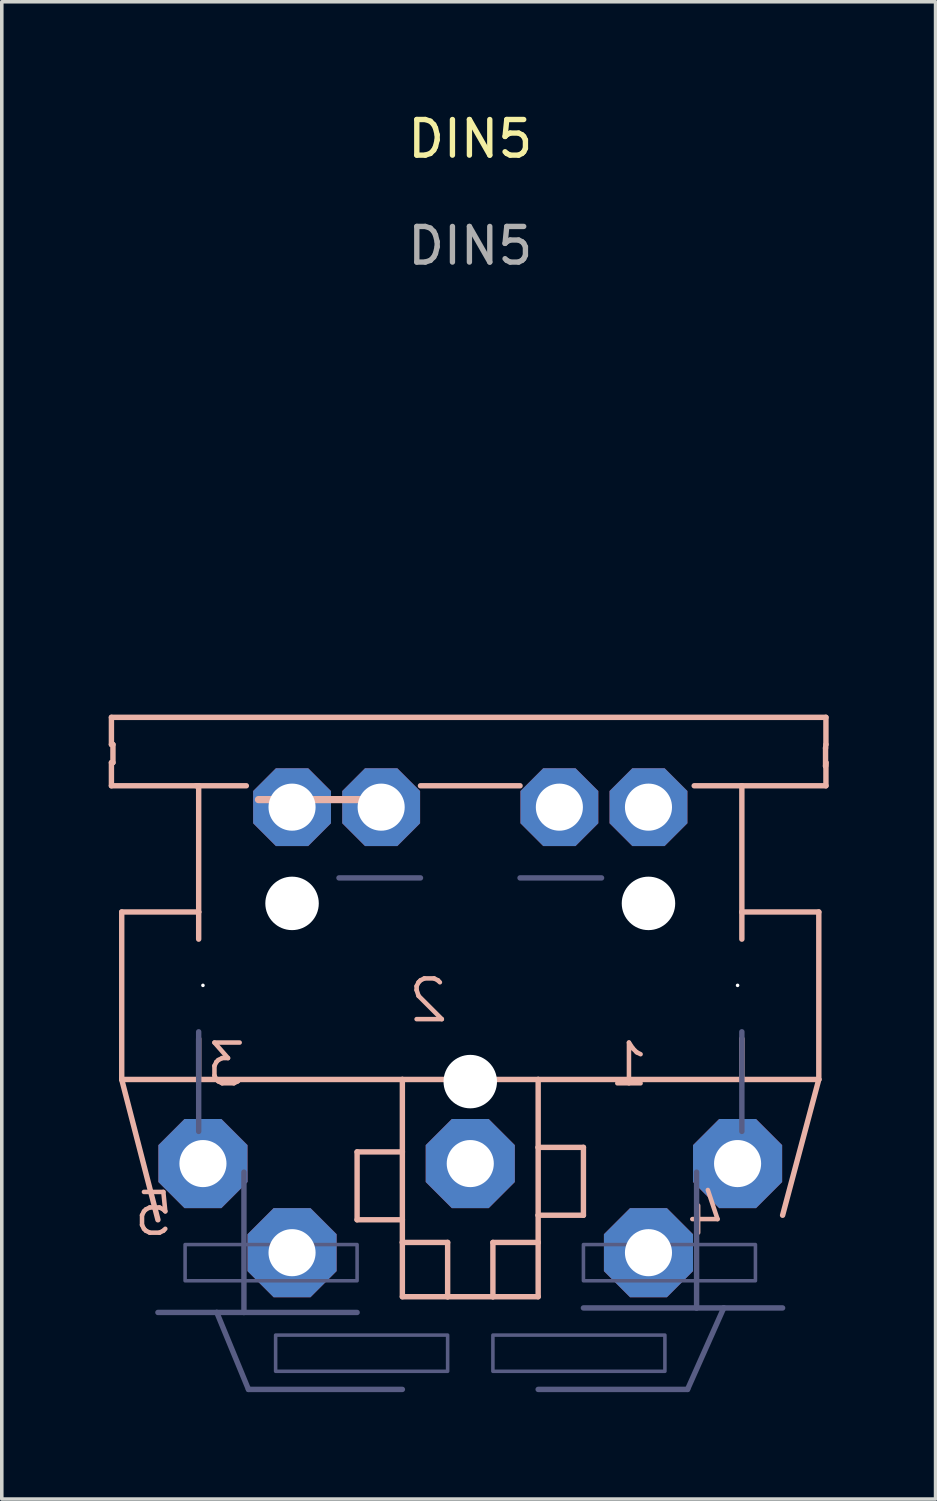
<source format=kicad_pcb>
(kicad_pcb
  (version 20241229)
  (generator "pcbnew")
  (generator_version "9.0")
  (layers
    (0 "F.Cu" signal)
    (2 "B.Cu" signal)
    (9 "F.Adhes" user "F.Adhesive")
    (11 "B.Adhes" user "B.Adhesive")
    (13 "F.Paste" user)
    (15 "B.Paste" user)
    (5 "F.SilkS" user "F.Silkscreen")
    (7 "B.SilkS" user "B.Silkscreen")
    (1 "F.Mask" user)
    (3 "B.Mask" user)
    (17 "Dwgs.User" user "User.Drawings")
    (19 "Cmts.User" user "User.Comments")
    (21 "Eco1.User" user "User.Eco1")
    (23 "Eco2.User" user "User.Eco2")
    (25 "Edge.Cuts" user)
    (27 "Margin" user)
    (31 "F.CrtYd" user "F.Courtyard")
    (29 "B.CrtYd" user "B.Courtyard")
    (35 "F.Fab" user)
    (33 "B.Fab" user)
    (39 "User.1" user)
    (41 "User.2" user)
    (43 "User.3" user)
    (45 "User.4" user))
  (footprint "DIN5"
    (layer "F.Cu")
    (at 10.144 19.596)
    (property "Reference" "DIN5" (at 0 -18.748 0) (unlocked yes) (layer "F.SilkS") (effects (font (size 1 1) (thickness 0.15))))
    (attr through_hole)
    (fp_line (start -10.068 -2.52) (end -10.068 -1.758) (stroke (width 0.152) (type solid)) (layer "B.SilkS"))
    (fp_line (start -10.068 -2.52) (end 9.979 -2.52) (stroke (width 0.152) (type solid)) (layer "B.SilkS"))
    (fp_line (start -10.068 -1.25) (end -10.068 -0.6) (stroke (width 0.152) (type solid)) (layer "B.SilkS"))
    (fp_line (start -10.068 -1.25) (end -10.025 -1.25) (stroke (width 0.152) (type solid)) (layer "B.SilkS"))
    (fp_line (start -10.025 -1.758) (end -10.068 -1.758) (stroke (width 0.152) (type solid)) (layer "B.SilkS"))
    (fp_line (start -10.025 -1.758) (end -10.025 -1.25) (stroke (width 0.152) (type solid)) (layer "B.SilkS"))
    (fp_line (start -9.779 2.941) (end -9.779 7.64) (stroke (width 0.152) (type solid)) (layer "B.SilkS"))
    (fp_line (start -9.779 2.941) (end -7.62 2.941) (stroke (width 0.152) (type solid)) (layer "B.SilkS"))
    (fp_line (start -8.763 11.577) (end -9.779 7.64) (stroke (width 0.152) (type solid)) (layer "B.SilkS"))
    (fp_line (start -7.693 -0.6) (end -6.283 -0.6) (stroke (width 0.152) (type solid)) (layer "B.SilkS"))
    (fp_line (start -7.62 -0.6) (end -10.068 -0.6) (stroke (width 0.152) (type solid)) (layer "B.SilkS"))
    (fp_line (start -7.62 -0.6) (end -7.62 2.941) (stroke (width 0.152) (type solid)) (layer "B.SilkS"))
    (fp_line (start -7.62 2.941) (end -7.62 3.703) (stroke (width 0.152) (type solid)) (layer "B.SilkS"))
    (fp_line (start -7.62 7.64) (end -9.779 7.64) (stroke (width 0.152) (type solid)) (layer "B.SilkS"))
    (fp_line (start -7.62 7.64) (end -7.62 6.497) (stroke (width 0.152) (type solid)) (layer "B.SilkS"))
    (fp_line (start -3.175 11.577) (end -3.175 9.672) (stroke (width 0.152) (type solid)) (layer "B.SilkS"))
    (fp_line (start -2.948 -0.212) (end -5.942 -0.212) (stroke (width 0.203) (type solid)) (layer "B.SilkS"))
    (fp_line (start -1.905 7.64) (end -7.62 7.64) (stroke (width 0.152) (type solid)) (layer "B.SilkS"))
    (fp_line (start -1.905 9.672) (end -3.175 9.672) (stroke (width 0.152) (type solid)) (layer "B.SilkS"))
    (fp_line (start -1.905 9.672) (end -1.905 7.64) (stroke (width 0.152) (type solid)) (layer "B.SilkS"))
    (fp_line (start -1.905 11.577) (end -3.175 11.577) (stroke (width 0.152) (type solid)) (layer "B.SilkS"))
    (fp_line (start -1.905 11.577) (end -1.905 9.672) (stroke (width 0.152) (type solid)) (layer "B.SilkS"))
    (fp_line (start -1.905 12.212) (end -1.905 11.577) (stroke (width 0.152) (type solid)) (layer "B.SilkS"))
    (fp_line (start -1.905 12.212) (end -0.635 12.212) (stroke (width 0.152) (type solid)) (layer "B.SilkS"))
    (fp_line (start -1.905 13.736) (end -1.905 12.212) (stroke (width 0.152) (type solid)) (layer "B.SilkS"))
    (fp_line (start -1.397 -0.6) (end 1.397 -0.6) (stroke (width 0.152) (type solid)) (layer "B.SilkS"))
    (fp_line (start -0.635 13.736) (end -1.905 13.736) (stroke (width 0.152) (type solid)) (layer "B.SilkS"))
    (fp_line (start -0.635 13.736) (end -0.635 12.212) (stroke (width 0.152) (type solid)) (layer "B.SilkS"))
    (fp_line (start 0.635 13.736) (end -0.635 13.736) (stroke (width 0.152) (type solid)) (layer "B.SilkS"))
    (fp_line (start 0.635 13.736) (end 0.635 12.212) (stroke (width 0.152) (type solid)) (layer "B.SilkS"))
    (fp_line (start 1.905 7.64) (end -1.905 7.64) (stroke (width 0.152) (type solid)) (layer "B.SilkS"))
    (fp_line (start 1.905 9.545) (end 1.905 7.64) (stroke (width 0.152) (type solid)) (layer "B.SilkS"))
    (fp_line (start 1.905 9.545) (end 3.175 9.545) (stroke (width 0.152) (type solid)) (layer "B.SilkS"))
    (fp_line (start 1.905 11.45) (end 1.905 9.545) (stroke (width 0.152) (type solid)) (layer "B.SilkS"))
    (fp_line (start 1.905 12.212) (end 0.635 12.212) (stroke (width 0.152) (type solid)) (layer "B.SilkS"))
    (fp_line (start 1.905 12.212) (end 1.905 11.45) (stroke (width 0.152) (type solid)) (layer "B.SilkS"))
    (fp_line (start 1.905 13.736) (end 0.635 13.736) (stroke (width 0.152) (type solid)) (layer "B.SilkS"))
    (fp_line (start 1.905 13.736) (end 1.905 12.212) (stroke (width 0.152) (type solid)) (layer "B.SilkS"))
    (fp_line (start 3.175 11.45) (end 1.905 11.45) (stroke (width 0.152) (type solid)) (layer "B.SilkS"))
    (fp_line (start 3.175 11.45) (end 3.175 9.545) (stroke (width 0.152) (type solid)) (layer "B.SilkS"))
    (fp_line (start 6.283 -0.6) (end 7.62 -0.6) (stroke (width 0.152) (type solid)) (layer "B.SilkS"))
    (fp_line (start 7.62 -0.6) (end 7.62 2.941) (stroke (width 0.152) (type solid)) (layer "B.SilkS"))
    (fp_line (start 7.62 2.941) (end 7.62 3.703) (stroke (width 0.152) (type solid)) (layer "B.SilkS"))
    (fp_line (start 7.62 7.64) (end 1.905 7.64) (stroke (width 0.152) (type solid)) (layer "B.SilkS"))
    (fp_line (start 7.62 7.64) (end 7.62 6.497) (stroke (width 0.152) (type solid)) (layer "B.SilkS"))
    (fp_line (start 8.763 11.45) (end 9.779 7.64) (stroke (width 0.152) (type solid)) (layer "B.SilkS"))
    (fp_line (start 9.779 2.941) (end 7.62 2.941) (stroke (width 0.152) (type solid)) (layer "B.SilkS"))
    (fp_line (start 9.779 2.941) (end 9.779 7.64) (stroke (width 0.152) (type solid)) (layer "B.SilkS"))
    (fp_line (start 9.779 7.64) (end 7.62 7.64) (stroke (width 0.152) (type solid)) (layer "B.SilkS"))
    (fp_line (start 9.968 -1.658) (end 9.968 -1.15) (stroke (width 0.152) (type solid)) (layer "B.SilkS"))
    (fp_line (start 9.968 -1.658) (end 9.979 -1.758) (stroke (width 0.152) (type solid)) (layer "B.SilkS"))
    (fp_line (start 9.968 -1.15) (end 9.979 -1.25) (stroke (width 0.152) (type solid)) (layer "B.SilkS"))
    (fp_line (start 9.979 -2.52) (end 9.979 -1.758) (stroke (width 0.152) (type solid)) (layer "B.SilkS"))
    (fp_line (start 9.979 -0.6) (end 7.62 -0.6) (stroke (width 0.152) (type solid)) (layer "B.SilkS"))
    (fp_line (start 9.979 -0.6) (end 9.979 -1.25) (stroke (width 0.152) (type solid)) (layer "B.SilkS"))
    (fp_line (start -8.763 14.177) (end -7.112 14.177) (stroke (width 0.152) (type solid)) (layer "B.Fab"))
    (fp_line (start -7.62 9.097) (end -7.62 6.303) (stroke (width 0.152) (type solid)) (layer "B.Fab"))
    (fp_line (start -7.112 14.177) (end -6.223 16.336) (stroke (width 0.152) (type solid)) (layer "B.Fab"))
    (fp_line (start -6.35 14.177) (end -7.112 14.177) (stroke (width 0.152) (type solid)) (layer "B.Fab"))
    (fp_line (start -6.35 14.177) (end -6.35 10.24) (stroke (width 0.152) (type solid)) (layer "B.Fab"))
    (fp_line (start -3.175 14.177) (end -6.35 14.177) (stroke (width 0.152) (type solid)) (layer "B.Fab"))
    (fp_line (start -1.905 16.336) (end -6.223 16.336) (stroke (width 0.152) (type solid)) (layer "B.Fab"))
    (fp_line (start -1.397 1.985) (end -3.683 1.985) (stroke (width 0.152) (type solid)) (layer "B.Fab"))
    (fp_line (start 3.683 1.985) (end 1.397 1.985) (stroke (width 0.152) (type solid)) (layer "B.Fab"))
    (fp_line (start 6.096 16.336) (end 1.905 16.336) (stroke (width 0.152) (type solid)) (layer "B.Fab"))
    (fp_line (start 6.096 16.336) (end 7.112 14.05) (stroke (width 0.152) (type solid)) (layer "B.Fab"))
    (fp_line (start 6.35 14.05) (end 3.175 14.05) (stroke (width 0.152) (type solid)) (layer "B.Fab"))
    (fp_line (start 6.35 14.05) (end 6.35 10.24) (stroke (width 0.152) (type solid)) (layer "B.Fab"))
    (fp_line (start 7.112 14.05) (end 6.35 14.05) (stroke (width 0.152) (type solid)) (layer "B.Fab"))
    (fp_line (start 7.62 9.097) (end 7.62 6.303) (stroke (width 0.152) (type solid)) (layer "B.Fab"))
    (fp_line (start 8.763 14.05) (end 7.112 14.05) (stroke (width 0.152) (type solid)) (layer "B.Fab"))
    (fp_poly (pts (xy -8.001 12.272) (xy -3.175 12.272) (xy -3.175 13.288) (xy -8.001 13.288)) (stroke (width 0.1) (type solid)) (fill no) (layer "B.Fab"))
    (fp_poly (pts (xy -5.461 14.812) (xy -0.635 14.812) (xy -0.635 15.828) (xy -5.461 15.828)) (stroke (width 0.1) (type solid)) (fill no) (layer "B.Fab"))
    (fp_poly (pts (xy 0.635 14.812) (xy 5.461 14.812) (xy 5.461 15.828) (xy 0.635 15.828)) (stroke (width 0.1) (type solid)) (fill no) (layer "B.Fab"))
    (fp_poly (pts (xy 3.175 12.272) (xy 8.001 12.272) (xy 8.001 13.288) (xy 3.175 13.288)) (stroke (width 0.1) (type solid)) (fill no) (layer "B.Fab"))
    (fp_text user "4" (at 7.239 12.085 180) (layer "B.SilkS") (effects (font (size 1.143 1.143) (thickness 0.127)) (justify left bottom mirror)))
    (fp_text user "3" (at -6.223 7.894 180) (layer "B.SilkS") (effects (font (size 1.143 1.143) (thickness 0.127)) (justify left bottom mirror)))
    (fp_text user "1" (at 5.08 7.894 180) (layer "B.SilkS") (effects (font (size 1.143 1.143) (thickness 0.127)) (justify left bottom mirror)))
    (fp_text user "5" (at -8.255 12.085 180) (layer "B.SilkS") (effects (font (size 1.143 1.143) (thickness 0.127)) (justify left bottom mirror)))
    (fp_text user "2" (at -0.551 6.094 180) (layer "B.SilkS") (effects (font (size 1.143 1.143) (thickness 0.127)) (justify left bottom mirror)))
    (fp_text user "${REFERENCE}" (at 0 -15.748 0) (unlocked yes) (layer "F.Fab") (effects (font (size 1 1) (thickness 0.15))))
    (pad "" np_thru_hole circle (at -7.5 5) (size 0.1 0.1) (drill 2.5) (layers "*.Cu"))
    (pad "" np_thru_hole circle (at -5 2.7 270) (size 1.5 1.5) (drill 1.5) (layers "*.Cu" "*.Mask"))
    (pad "" np_thru_hole circle (at 0 7.7 270) (size 1.5 1.5) (drill 1.5) (layers "*.Cu" "*.Mask"))
    (pad "" np_thru_hole circle (at 5 2.7 270) (size 1.5 1.5) (drill 1.5) (layers "*.Cu" "*.Mask"))
    (pad "" np_thru_hole circle (at 7.5 5) (size 0.1 0.1) (drill 2.5) (layers "*.Cu"))
    (pad "1" thru_hole roundrect (at 7.5 10) (size 2.5 2.5) (drill 1.321) (layers "*.Cu" "*.Mask") (roundrect_rratio 0.25) (chamfer_ratio 0.293) (chamfer top_left top_right bottom_left bottom_right))
    (pad "2" thru_hole roundrect (at 0 10 270) (size 2.5 2.5) (drill 1.321) (layers "*.Cu" "*.Mask") (roundrect_rratio 0.25) (chamfer_ratio 0.293) (chamfer top_left top_right bottom_left bottom_right))
    (pad "3" thru_hole roundrect (at -7.5 10) (size 2.5 2.5) (drill 1.321) (layers "*.Cu" "*.Mask") (roundrect_rratio 0.25) (chamfer_ratio 0.293) (chamfer top_left top_right bottom_left bottom_right))
    (pad "4" thru_hole roundrect (at 5 12.5) (size 2.5 2.5) (drill 1.321) (layers "*.Cu" "*.Mask") (roundrect_rratio 0.25) (chamfer_ratio 0.293) (chamfer top_left top_right bottom_left bottom_right))
    (pad "5" thru_hole roundrect (at -5 12.5) (size 2.5 2.5) (drill 1.321) (layers "*.Cu" "*.Mask") (roundrect_rratio 0.25) (chamfer_ratio 0.293) (chamfer top_left top_right bottom_left bottom_right))
    (pad "PE" thru_hole roundrect (at -2.5 0) (size 2.184 2.184) (drill 1.321) (layers "*.Cu" "*.Mask") (roundrect_rratio 0.25) (chamfer_ratio 0.293) (chamfer top_left top_right bottom_left bottom_right))
    (pad "PE1" thru_hole roundrect (at -5 0) (size 2.184 2.184) (drill 1.321) (layers "*.Cu" "*.Mask") (roundrect_rratio 0.25) (chamfer_ratio 0.293) (chamfer top_left top_right bottom_left bottom_right))
    (pad "PE2" thru_hole roundrect (at 5 0) (size 2.184 2.184) (drill 1.321) (layers "*.Cu" "*.Mask") (roundrect_rratio 0.25) (chamfer_ratio 0.293) (chamfer top_left top_right bottom_left bottom_right))
    (pad "PE@" thru_hole roundrect (at 2.5 0) (size 2.184 2.184) (drill 1.321) (layers "*.Cu" "*.Mask") (roundrect_rratio 0.25) (chamfer_ratio 0.293) (chamfer top_left top_right bottom_left bottom_right)))
  (gr_rect
    (start -3 -3)
    (end 23.199 39.008)
    (stroke (width 0.1) (type default))
    (fill no)
    (layer "Edge.Cuts")))
</source>
